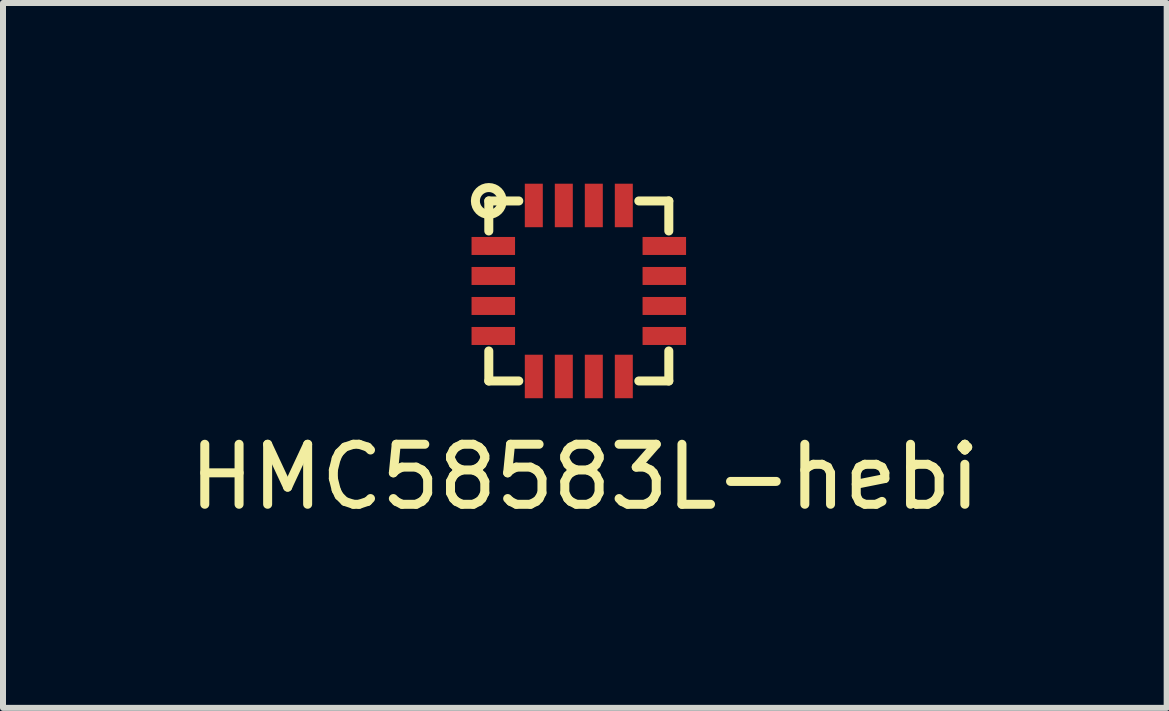
<source format=kicad_pcb>
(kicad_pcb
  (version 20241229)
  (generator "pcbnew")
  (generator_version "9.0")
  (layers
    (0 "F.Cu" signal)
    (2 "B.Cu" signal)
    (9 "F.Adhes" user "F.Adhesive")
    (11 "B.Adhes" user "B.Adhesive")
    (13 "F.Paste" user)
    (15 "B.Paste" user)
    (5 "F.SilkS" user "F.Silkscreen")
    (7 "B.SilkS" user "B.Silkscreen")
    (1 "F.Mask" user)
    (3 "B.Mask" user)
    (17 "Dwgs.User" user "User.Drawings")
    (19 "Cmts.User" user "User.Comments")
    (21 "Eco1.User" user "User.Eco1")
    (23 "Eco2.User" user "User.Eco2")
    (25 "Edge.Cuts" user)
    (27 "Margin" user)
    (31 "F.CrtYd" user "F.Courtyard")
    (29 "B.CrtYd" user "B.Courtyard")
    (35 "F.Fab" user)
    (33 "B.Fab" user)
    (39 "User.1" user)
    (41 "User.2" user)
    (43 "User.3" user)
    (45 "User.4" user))
  (footprint "HMC58583L-hebi"
    (layer "F.Cu")
    (at 6.596 1.799)
    (property "Reference" "HMC58583L-hebi" (at 0.1 3.1 0) (layer "F.SilkS") (effects (font (size 1 1) (thickness 0.15))))
    (attr through_hole)
    (fp_line (start -1.5 -1.5) (end -1.5 -1) (stroke (width 0.15) (type solid)) (layer "F.SilkS"))
    (fp_line (start -1.5 -1.5) (end -1 -1.5) (stroke (width 0.15) (type solid)) (layer "F.SilkS"))
    (fp_line (start -1.5 1) (end -1.5 1.5) (stroke (width 0.15) (type solid)) (layer "F.SilkS"))
    (fp_line (start -1.5 1.5) (end -1 1.5) (stroke (width 0.15) (type solid)) (layer "F.SilkS"))
    (fp_line (start 1 -1.5) (end 1.5 -1.5) (stroke (width 0.15) (type solid)) (layer "F.SilkS"))
    (fp_line (start 1 1.5) (end 1.5 1.5) (stroke (width 0.15) (type solid)) (layer "F.SilkS"))
    (fp_line (start 1.5 -1.5) (end 1.5 -1) (stroke (width 0.15) (type solid)) (layer "F.SilkS"))
    (fp_line (start 1.5 1.5) (end 1.5 1) (stroke (width 0.15) (type solid)) (layer "F.SilkS"))
    (fp_circle (center -1.5 -1.5) (end -1.6 -1.7) (stroke (width 0.15) (type solid)) (fill no) (layer "F.SilkS"))
    (pad "1" smd rect (at -1.425 -0.75) (size 0.725 0.3) (layers "F.Cu" "F.Mask" "F.Paste"))
    (pad "2" smd rect (at -1.425 -0.25) (size 0.725 0.3) (layers "F.Cu" "F.Mask" "F.Paste"))
    (pad "3" smd rect (at -1.425 0.25) (size 0.725 0.3) (layers "F.Cu" "F.Mask" "F.Paste"))
    (pad "4" smd rect (at -1.425 0.75) (size 0.725 0.3) (layers "F.Cu" "F.Mask" "F.Paste"))
    (pad "5" smd rect (at -0.75 1.425) (size 0.3 0.725) (layers "F.Cu" "F.Mask" "F.Paste"))
    (pad "6" smd rect (at -0.25 1.425) (size 0.3 0.725) (layers "F.Cu" "F.Mask" "F.Paste"))
    (pad "7" smd rect (at 0.25 1.425) (size 0.3 0.725) (layers "F.Cu" "F.Mask" "F.Paste"))
    (pad "8" smd rect (at 0.75 1.425) (size 0.3 0.725) (layers "F.Cu" "F.Mask" "F.Paste"))
    (pad "9" smd rect (at 1.425 0.75) (size 0.725 0.3) (layers "F.Cu" "F.Mask" "F.Paste"))
    (pad "10" smd rect (at 1.425 0.25) (size 0.725 0.3) (layers "F.Cu" "F.Mask" "F.Paste"))
    (pad "11" smd rect (at 1.425 -0.25) (size 0.725 0.3) (layers "F.Cu" "F.Mask" "F.Paste"))
    (pad "12" smd rect (at 1.425 -0.75) (size 0.725 0.3) (layers "F.Cu" "F.Mask" "F.Paste"))
    (pad "13" smd rect (at 0.75 -1.425) (size 0.3 0.725) (layers "F.Cu" "F.Mask" "F.Paste"))
    (pad "14" smd rect (at 0.25 -1.425) (size 0.3 0.725) (layers "F.Cu" "F.Mask" "F.Paste"))
    (pad "15" smd rect (at -0.25 -1.425) (size 0.3 0.725) (layers "F.Cu" "F.Mask" "F.Paste"))
    (pad "16" smd rect (at -0.75 -1.425) (size 0.3 0.725) (layers "F.Cu" "F.Mask" "F.Paste")))
  (gr_rect
    (start -3 -3)
    (end 16.393 8.747)
    (stroke (width 0.1) (type default))
    (fill no)
    (layer "Edge.Cuts")))
</source>
